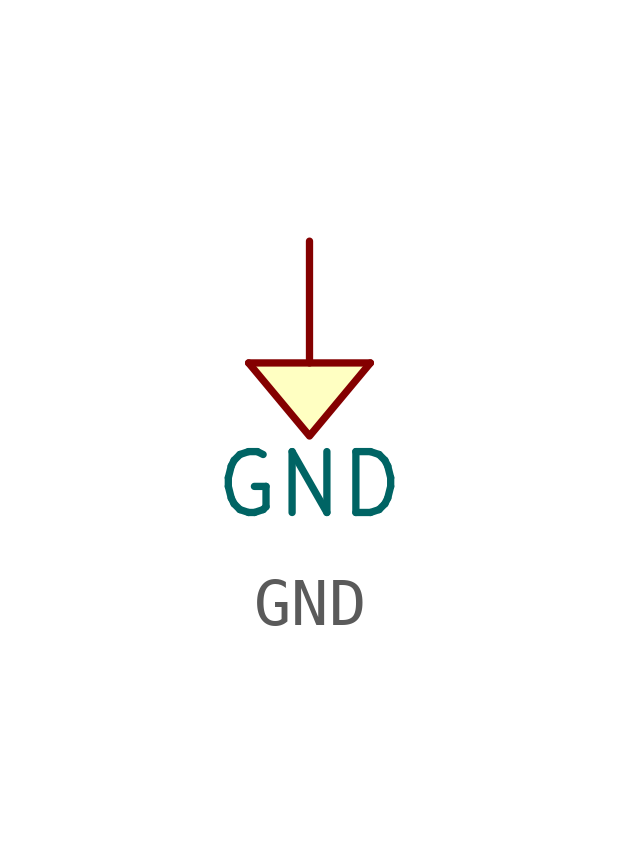
<source format=kicad_sym>
(kicad_symbol_lib
  (version 20231120)
  (generator "kicad_symbol_editor")
  (generator_version "8.0")
  (symbol "GND"
    (power)
    (pin_numbers hide)
    (pin_names
      (offset 0) hide)
    (property "Reference" "#PWR"
      (at 0 -4.318 0)
      (effects (font (size 1.27 1.27)) (hide yes)))
    (property "Value" "GND"
      (at 0 -2.54 0)
      (effects (font (size 1.27 1.27))))
    (property "Footprint" ""
      (at 0 2.54 0)
      (effects (font (size 1.524 1.524))))
    (property "Datasheet" ""
      (at -0.508 -2.286 0)
      (effects (font (size 1.524 1.524))))
    (symbol "GND_0_1"
      (polyline (pts (xy 0 0) (xy 1.27 0)) (stroke (width 0) (type default)) (fill (type none)))
      (polyline (pts (xy -1.27 0) (xy 0 -1.524) (xy 1.27 0)) (stroke (width 0) (type default)) (fill (type background)))
      (polyline (pts (xy 0 2.54) (xy 0 0) (xy -1.27 0)) (stroke (width 0) (type default)) (fill (type none))))
    (symbol "GND_1_1"
      (pin power_in line (at 0 2.54 90) (length 0) hide (name "GND" (effects (font (size 1.27 1.27)))) (number "1" (effects (font (size 1.27 1.27))))))))
</source>
